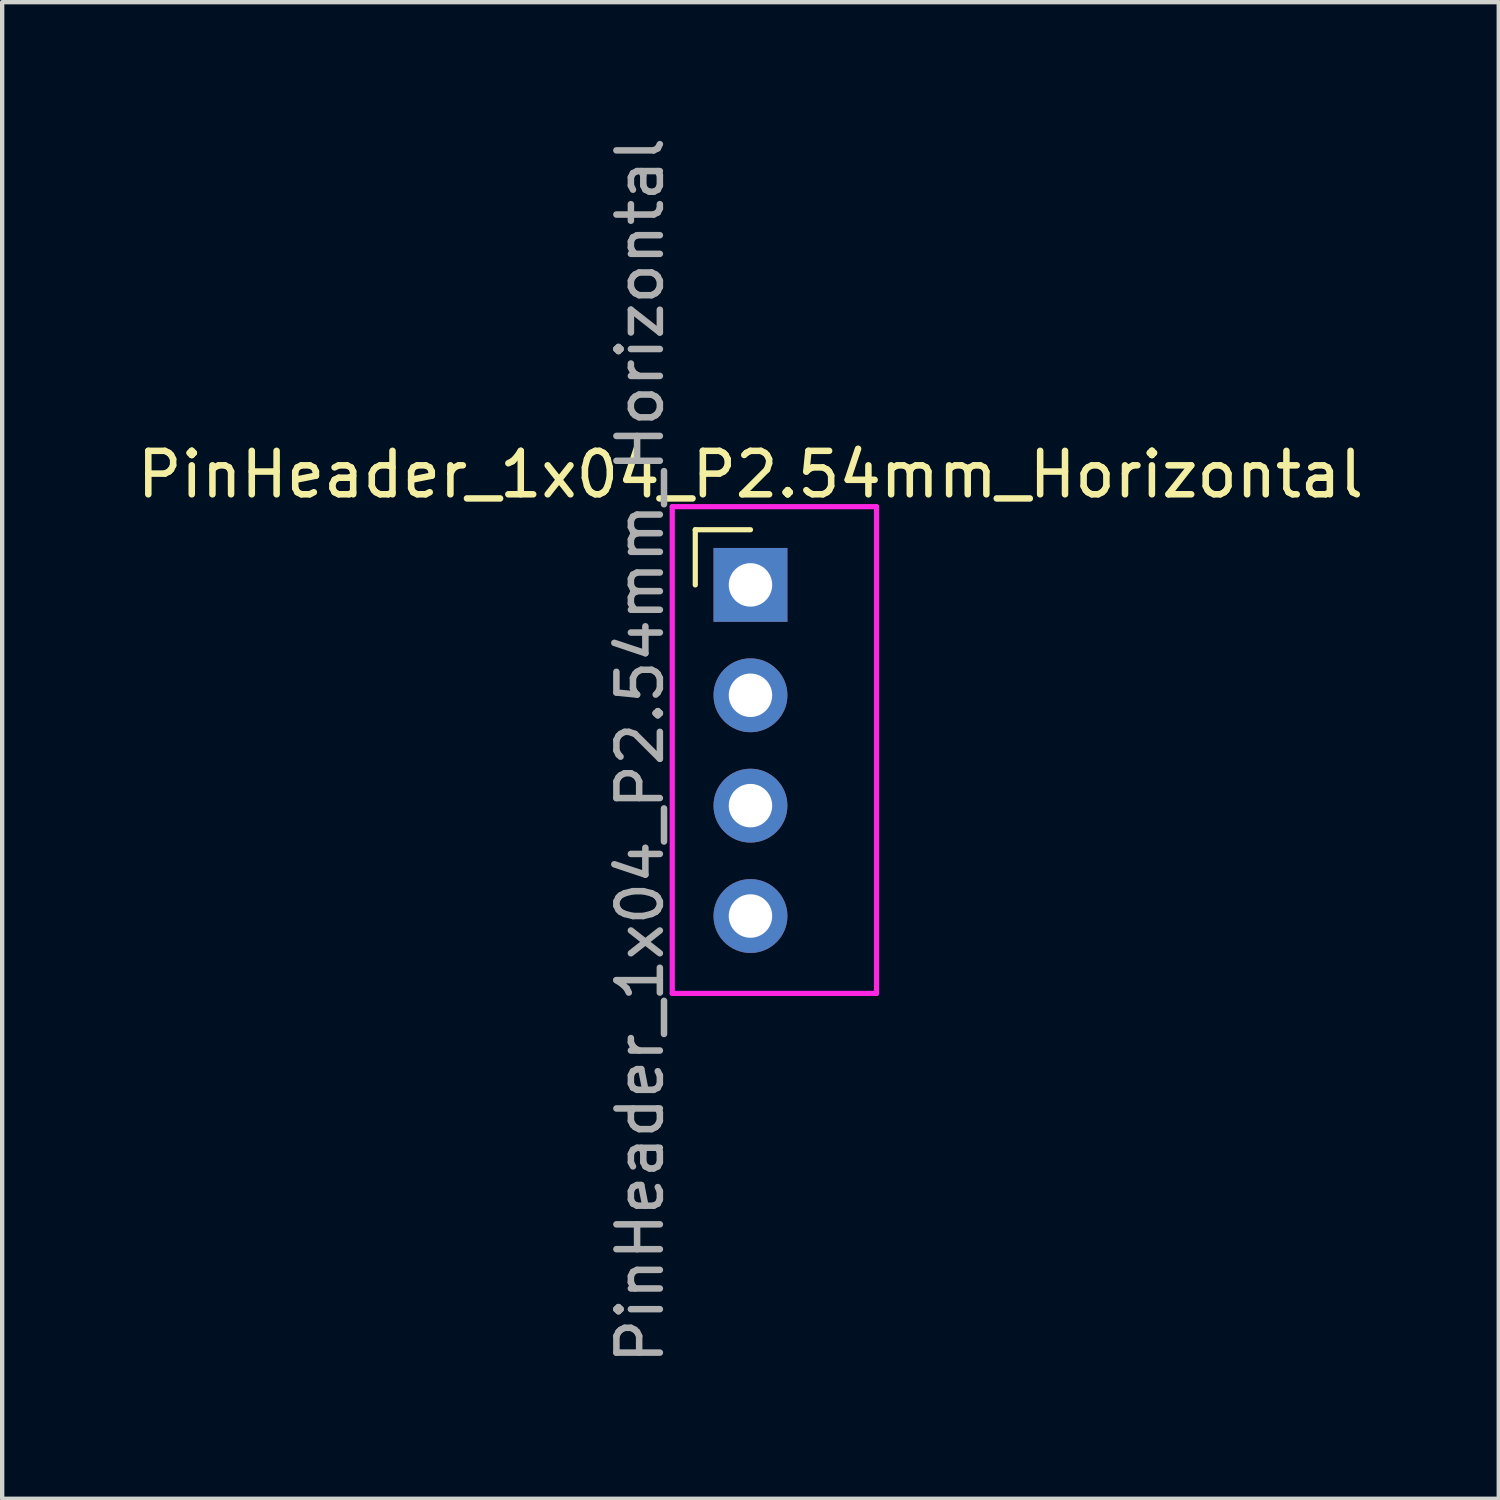
<source format=kicad_pcb>
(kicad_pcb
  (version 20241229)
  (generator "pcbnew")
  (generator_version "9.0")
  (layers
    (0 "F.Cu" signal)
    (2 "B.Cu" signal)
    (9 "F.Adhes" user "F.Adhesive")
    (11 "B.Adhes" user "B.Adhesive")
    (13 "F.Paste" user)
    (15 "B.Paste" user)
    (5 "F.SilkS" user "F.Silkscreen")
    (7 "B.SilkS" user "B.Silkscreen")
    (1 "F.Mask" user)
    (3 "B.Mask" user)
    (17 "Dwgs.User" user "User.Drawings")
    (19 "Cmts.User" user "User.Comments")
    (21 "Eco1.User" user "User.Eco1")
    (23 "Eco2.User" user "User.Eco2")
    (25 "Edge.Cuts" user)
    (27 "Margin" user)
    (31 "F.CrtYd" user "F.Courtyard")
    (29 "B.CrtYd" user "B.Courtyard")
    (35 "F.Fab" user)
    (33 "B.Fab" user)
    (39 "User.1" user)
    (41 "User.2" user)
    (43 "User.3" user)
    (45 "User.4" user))
  (footprint "PinHeader_1x04_P2.54mm_Horizontal"
    (layer "F.Cu")
    (at 14.22 10.41)
    (property "Reference" "PinHeader_1x04_P2.54mm_Horizontal" (at 0 -2.54 0) (layer "F.SilkS") (effects (font (size 1 1) (thickness 0.15))))
    (attr through_hole)
    (fp_line (start -1.27 -1.27) (end 0 -1.27) (stroke (width 0.12) (type solid)) (layer "F.SilkS"))
    (fp_line (start -1.27 0) (end -1.27 -1.27) (stroke (width 0.12) (type solid)) (layer "F.SilkS"))
    (fp_line (start -1.8 -1.8) (end -1.8 9.4) (stroke (width 0.05) (type solid)) (layer "F.CrtYd"))
    (fp_line (start -1.8 -1.8) (end 2.9 -1.8) (stroke (width 0.12) (type solid)) (layer "F.CrtYd"))
    (fp_line (start -1.8 9.4) (end -1.8 -1.8) (stroke (width 0.12) (type solid)) (layer "F.CrtYd"))
    (fp_line (start 2.9 -1.8) (end 2.9 9.4) (stroke (width 0.12) (type solid)) (layer "F.CrtYd"))
    (fp_line (start 2.9 9.4) (end -1.8 9.4) (stroke (width 0.12) (type solid)) (layer "F.CrtYd"))
    (fp_text user "${REFERENCE}" (at -2.54 3.81 90) (layer "F.Fab") (effects (font (size 1 1) (thickness 0.15))))
    (pad "1" thru_hole rect (at 0 0) (size 1.7 1.7) (drill 1) (layers "*.Cu" "*.Mask"))
    (pad "2" thru_hole oval (at 0 2.54) (size 1.7 1.7) (drill 1) (layers "*.Cu" "*.Mask"))
    (pad "3" thru_hole oval (at 0 5.08) (size 1.7 1.7) (drill 1) (layers "*.Cu" "*.Mask"))
    (pad "4" thru_hole oval (at 0 7.62) (size 1.7 1.7) (drill 1) (layers "*.Cu" "*.Mask")))
  (gr_rect
    (start -3 -3)
    (end 31.44 31.44)
    (stroke (width 0.1) (type default))
    (fill no)
    (layer "Edge.Cuts")))
</source>
